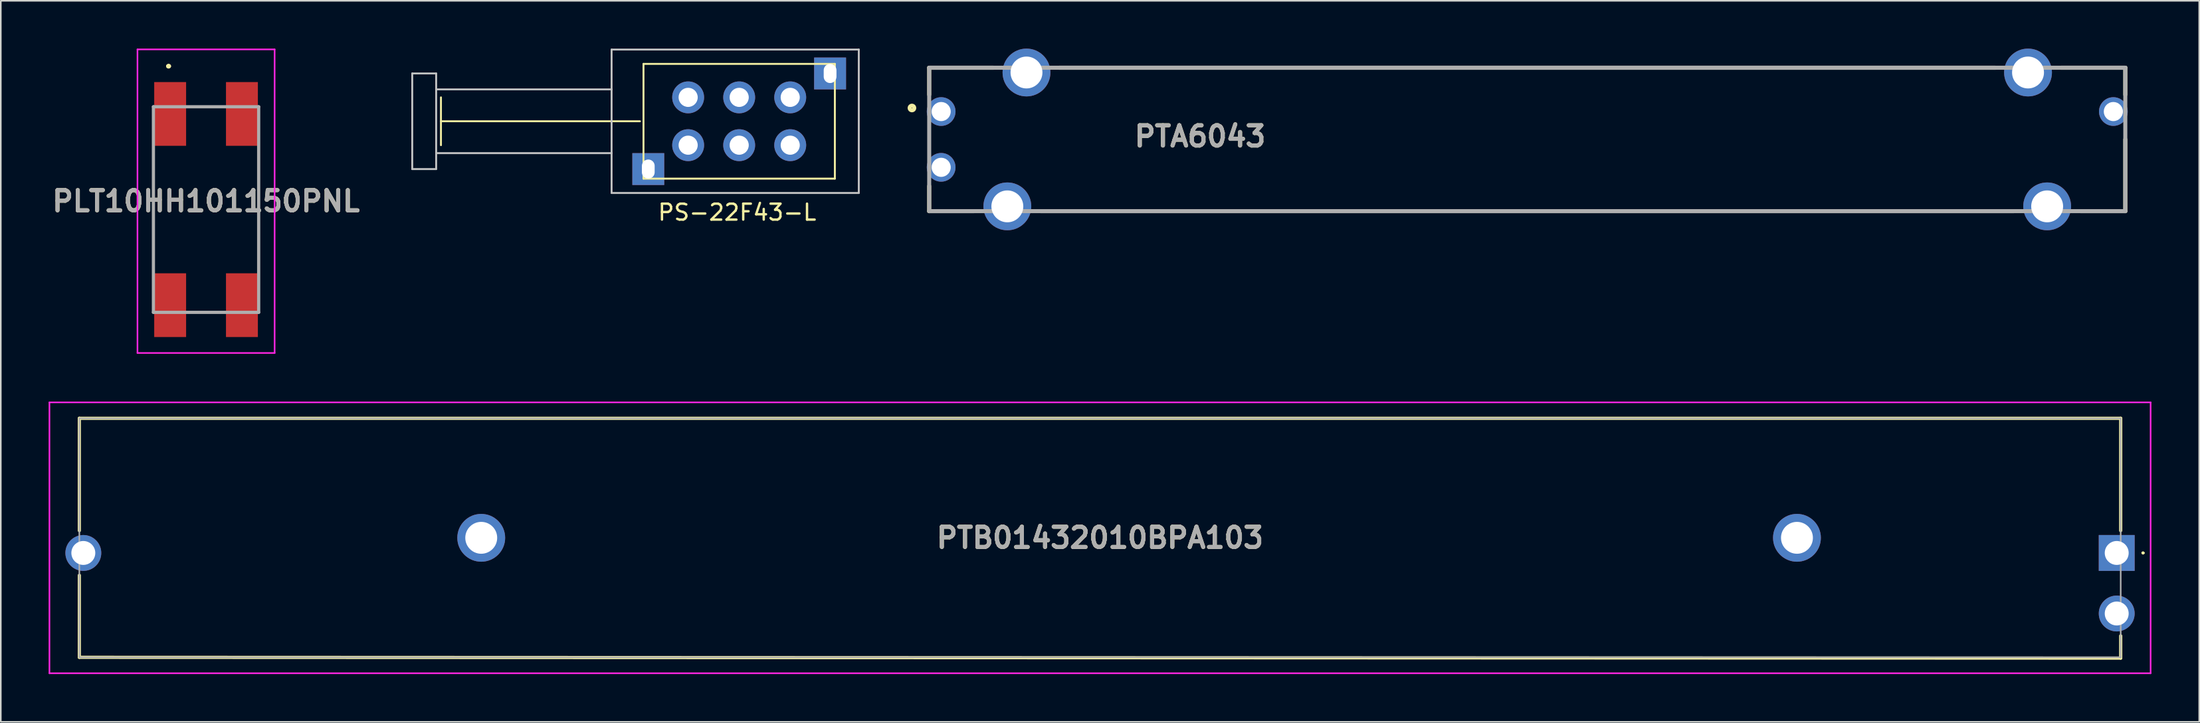
<source format=kicad_pcb>
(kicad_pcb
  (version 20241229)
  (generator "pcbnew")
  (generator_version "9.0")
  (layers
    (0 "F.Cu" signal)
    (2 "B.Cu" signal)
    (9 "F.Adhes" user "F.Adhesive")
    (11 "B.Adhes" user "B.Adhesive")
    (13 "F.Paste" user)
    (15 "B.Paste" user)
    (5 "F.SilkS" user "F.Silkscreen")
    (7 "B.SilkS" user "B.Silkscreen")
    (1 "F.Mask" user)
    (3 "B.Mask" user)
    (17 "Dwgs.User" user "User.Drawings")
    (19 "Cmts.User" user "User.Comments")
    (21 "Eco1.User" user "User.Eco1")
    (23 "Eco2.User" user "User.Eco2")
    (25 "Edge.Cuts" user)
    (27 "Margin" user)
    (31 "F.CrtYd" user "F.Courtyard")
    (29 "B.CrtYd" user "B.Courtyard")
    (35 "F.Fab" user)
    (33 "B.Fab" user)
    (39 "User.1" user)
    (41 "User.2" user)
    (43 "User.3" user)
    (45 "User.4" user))
  (footprint "PS-22F43-L"
    (layer "F.Cu")
    (at 43.299 4.56)
    (property "Reference" "PS-22F43-L" (at -0.127 5.715 0) (layer "F.SilkS") (effects (font (size 1 1) (thickness 0.15))))
    (attr through_hole)
    (fp_line (start -18.7 -1.5) (end -18.7 1.5) (stroke (width 0.12) (type solid)) (layer "F.SilkS"))
    (fp_line (start -6.223 0) (end -18.7 0) (stroke (width 0.12) (type solid)) (layer "F.SilkS"))
    (fp_line (start -6 -3.6) (end -6 3.6) (stroke (width 0.12) (type solid)) (layer "F.SilkS"))
    (fp_line (start -6 -3.6) (end 6 -3.6) (stroke (width 0.12) (type solid)) (layer "F.SilkS"))
    (fp_line (start -6 3.6) (end 6 3.6) (stroke (width 0.12) (type solid)) (layer "F.SilkS"))
    (fp_line (start 6 -3.6) (end 6 3.6) (stroke (width 0.12) (type solid)) (layer "F.SilkS"))
    (fp_line (start -20.5 -3) (end -20.5 3) (stroke (width 0.12) (type solid)) (layer "Dwgs.User"))
    (fp_line (start -20.5 3) (end -19 3) (stroke (width 0.12) (type solid)) (layer "Dwgs.User"))
    (fp_line (start -19 -3) (end -20.5 -3) (stroke (width 0.12) (type solid)) (layer "Dwgs.User"))
    (fp_line (start -19 -3) (end -19 -2) (stroke (width 0.12) (type solid)) (layer "Dwgs.User"))
    (fp_line (start -19 -2) (end -19 2) (stroke (width 0.12) (type solid)) (layer "Dwgs.User"))
    (fp_line (start -19 2) (end -8 2) (stroke (width 0.12) (type solid)) (layer "Dwgs.User"))
    (fp_line (start -19 3) (end -19 2) (stroke (width 0.12) (type solid)) (layer "Dwgs.User"))
    (fp_line (start -8 -4.5) (end -8 4.5) (stroke (width 0.12) (type solid)) (layer "Dwgs.User"))
    (fp_line (start -8 -2) (end -19 -2) (stroke (width 0.12) (type solid)) (layer "Dwgs.User"))
    (fp_line (start -8 4.5) (end 7.5 4.5) (stroke (width 0.12) (type solid)) (layer "Dwgs.User"))
    (fp_line (start 7.5 -4.5) (end -8 -4.5) (stroke (width 0.12) (type solid)) (layer "Dwgs.User"))
    (fp_line (start 7.5 4.5) (end 7.5 -4.5) (stroke (width 0.12) (type solid)) (layer "Dwgs.User"))
    (pad "1" thru_hole circle (at -3.2 1.5) (size 2 2) (drill 1.2) (layers "*.Cu" "*.Mask"))
    (pad "2" thru_hole circle (at 0 1.5) (size 2 2) (drill 1.2) (layers "*.Cu" "*.Mask"))
    (pad "3" thru_hole circle (at 3.2 1.5) (size 2 2) (drill 1.2) (layers "*.Cu" "*.Mask"))
    (pad "4" thru_hole circle (at 3.2 -1.5) (size 2 2) (drill 1.2) (layers "*.Cu" "*.Mask"))
    (pad "5" thru_hole circle (at 0 -1.5) (size 2 2) (drill 1.2) (layers "*.Cu" "*.Mask"))
    (pad "6" thru_hole circle (at -3.2 -1.5) (size 2 2) (drill 1.2) (layers "*.Cu" "*.Mask"))
    (pad "7" thru_hole rect (at -5.7 3) (size 2 2) (drill oval 0.8 1.2) (layers "*.Cu" "*.Mask"))
    (pad "7" thru_hole rect (at 5.7 -3) (size 2 2) (drill oval 0.8 1.2) (layers "*.Cu" "*.Mask")))
  (footprint "PTB01432010BPA103"
    (layer "F.Cu")
    (at 129.675 31.65)
    (property "Reference" "PTB01432010BPA103" (at -63.75 -0.95 0) (layer "F.SilkS") (effects (font (size 1.27 1.27) (thickness 0.254))))
    (attr through_hole)
    (fp_line (start -127.75 -8.45) (end -127.75 -1.4) (stroke (width 0.2) (type solid)) (layer "F.SilkS"))
    (fp_line (start -127.75 1.4) (end -127.75 6.55) (stroke (width 0.2) (type solid)) (layer "F.SilkS"))
    (fp_line (start -127.75 6.55) (end 0.25 6.6) (stroke (width 0.2) (type solid)) (layer "F.SilkS"))
    (fp_line (start 0.25 -8.45) (end -127.75 -8.45) (stroke (width 0.2) (type solid)) (layer "F.SilkS"))
    (fp_line (start 0.25 -1.4) (end 0.25 -8.45) (stroke (width 0.2) (type solid)) (layer "F.SilkS"))
    (fp_line (start 0.25 6.6) (end 0.25 5.2) (stroke (width 0.2) (type solid)) (layer "F.SilkS"))
    (fp_line (start 1.6 0) (end 1.6 0) (stroke (width 0.1) (type solid)) (layer "F.SilkS"))
    (fp_line (start 1.7 0) (end 1.7 0) (stroke (width 0.1) (type solid)) (layer "F.SilkS"))
    (fp_arc (start 1.6 0) (mid 1.65 -0.05) (end 1.7 0) (stroke (width 0.1) (type solid)) (layer "F.SilkS"))
    (fp_arc (start 1.7 0) (mid 1.65 0.05) (end 1.6 0) (stroke (width 0.1) (type solid)) (layer "F.SilkS"))
    (fp_line (start -129.625 -9.45) (end 2.125 -9.45) (stroke (width 0.1) (type solid)) (layer "F.CrtYd"))
    (fp_line (start -129.625 7.55) (end -129.625 -9.45) (stroke (width 0.1) (type solid)) (layer "F.CrtYd"))
    (fp_line (start 2.125 -9.45) (end 2.125 7.55) (stroke (width 0.1) (type solid)) (layer "F.CrtYd"))
    (fp_line (start 2.125 7.55) (end -129.625 7.55) (stroke (width 0.1) (type solid)) (layer "F.CrtYd"))
    (fp_line (start -127.75 -8.45) (end -127.75 6.55) (stroke (width 0.1) (type solid)) (layer "F.Fab"))
    (fp_line (start -127.75 6.55) (end 0.25 6.55) (stroke (width 0.1) (type solid)) (layer "F.Fab"))
    (fp_line (start 0.25 -8.45) (end -127.75 -8.45) (stroke (width 0.1) (type solid)) (layer "F.Fab"))
    (fp_line (start 0.25 6.55) (end 0.25 -8.45) (stroke (width 0.1) (type solid)) (layer "F.Fab"))
    (fp_text user "${REFERENCE}" (at -63.75 -0.95 0) (layer "F.Fab") (effects (font (size 1.27 1.27) (thickness 0.254))))
    (pad "1" thru_hole rect (at 0 0) (size 2.25 2.25) (drill 1.5) (layers "*.Cu" "*.Mask"))
    (pad "2" thru_hole circle (at 0 3.8) (size 2.25 2.25) (drill 1.5) (layers "*.Cu" "*.Mask"))
    (pad "3" thru_hole circle (at -127.5 0) (size 2.25 2.25) (drill 1.5) (layers "*.Cu" "*.Mask"))
    (pad "MH1" thru_hole circle (at -20.05 -0.95) (size 3 3) (drill 2) (layers "*.Cu" "*.Mask"))
    (pad "MH2" thru_hole circle (at -102.55 -0.95) (size 3 3) (drill 2) (layers "*.Cu" "*.Mask")))
  (footprint "PTA6043"
    (layer "F.Cu")
    (at 92.714 5.7)
    (property "Reference" "PTA6043" (at -20.516 -0.193 0) (layer "F.SilkS") (effects (font (size 1.27 1.27) (thickness 0.254))))
    (attr through_hole)
    (fp_line (start -37.5 -4.5) (end -37.5 -2.807) (stroke (width 0.254) (type solid)) (layer "F.SilkS"))
    (fp_line (start -37.5 -4.5) (end -33.467 -4.5) (stroke (width 0.254) (type solid)) (layer "F.SilkS"))
    (fp_line (start -37.5 4.5) (end -37.5 2.925) (stroke (width 0.254) (type solid)) (layer "F.SilkS"))
    (fp_line (start -37.5 4.5) (end -34.701 4.5) (stroke (width 0.254) (type solid)) (layer "F.SilkS"))
    (fp_line (start -30.5 4.5) (end 30.5 4.5) (stroke (width 0.254) (type solid)) (layer "F.SilkS"))
    (fp_line (start -29.35 -4.5) (end 29.35 -4.5) (stroke (width 0.254) (type solid)) (layer "F.SilkS"))
    (fp_line (start 37.5 -4.5) (end 33.467 -4.5) (stroke (width 0.254) (type solid)) (layer "F.SilkS"))
    (fp_line (start 37.5 -4.5) (end 37.5 -2.807) (stroke (width 0.254) (type solid)) (layer "F.SilkS"))
    (fp_line (start 37.5 4.5) (end 34.701 4.5) (stroke (width 0.254) (type solid)) (layer "F.SilkS"))
    (fp_line (start 37.5 4.5) (end 37.5 0) (stroke (width 0.254) (type solid)) (layer "F.SilkS"))
    (fp_circle (center -38.582 -1.973) (end -38.582 -1.827) (stroke (width 0.254) (type solid)) (fill no) (layer "F.SilkS"))
    (fp_line (start -37.5 -4.5) (end 37.5 -4.5) (stroke (width 0.254) (type solid)) (layer "F.Fab"))
    (fp_line (start -37.5 4.5) (end -37.5 -4.5) (stroke (width 0.254) (type solid)) (layer "F.Fab"))
    (fp_line (start 37.5 -4.5) (end 37.5 4.5) (stroke (width 0.254) (type solid)) (layer "F.Fab"))
    (fp_line (start 37.5 4.5) (end -37.5 4.5) (stroke (width 0.254) (type solid)) (layer "F.Fab"))
    (fp_text user "${REFERENCE}" (at -20.516 -0.193 0) (layer "F.Fab") (effects (font (size 1.27 1.27) (thickness 0.254))))
    (pad "1" thru_hole circle (at -36.75 -1.75) (size 1.8 1.8) (drill 1.2) (layers "*.Cu" "*.Mask"))
    (pad "2" thru_hole circle (at -36.75 1.75) (size 1.8 1.8) (drill 1.2) (layers "*.Cu" "*.Mask"))
    (pad "3" thru_hole circle (at 36.75 -1.75) (size 1.8 1.8) (drill 1.2) (layers "*.Cu" "*.Mask"))
    (pad "4" thru_hole circle (at 31.4 -4.2) (size 3 3) (drill 2) (layers "*.Cu" "*.Mask"))
    (pad "5" thru_hole circle (at -31.4 -4.2) (size 3 3) (drill 2) (layers "*.Cu" "*.Mask"))
    (pad "6" thru_hole circle (at -32.6 4.2) (size 3 3) (drill 2) (layers "*.Cu" "*.Mask"))
    (pad "7" thru_hole circle (at 32.6 4.2) (size 3 3) (drill 2) (layers "*.Cu" "*.Mask")))
  (footprint "PLT10HH101150PNL"
    (layer "F.Cu")
    (at 9.87 10.1)
    (property "Reference" "PLT10HH101150PNL" (at 0 -0.525 0) (layer "F.SilkS") (effects (font (size 1.27 1.27) (thickness 0.254))))
    (attr smd)
    (fp_line (start -3.3 -3.25) (end -3.3 -3.25) (stroke (width 0.1) (type solid)) (layer "F.SilkS"))
    (fp_line (start -3.3 -3.25) (end -3.3 3.25) (stroke (width 0.1) (type solid)) (layer "F.SilkS"))
    (fp_line (start -3.3 3.25) (end -3.3 -3.25) (stroke (width 0.1) (type solid)) (layer "F.SilkS"))
    (fp_line (start -3.3 3.25) (end -3.3 3.25) (stroke (width 0.1) (type solid)) (layer "F.SilkS"))
    (fp_line (start -2.4 -9) (end -2.4 -9) (stroke (width 0.2) (type solid)) (layer "F.SilkS"))
    (fp_line (start -2.4 -9) (end -2.4 -9) (stroke (width 0.2) (type solid)) (layer "F.SilkS"))
    (fp_line (start -2.3 -9) (end -2.3 -9) (stroke (width 0.2) (type solid)) (layer "F.SilkS"))
    (fp_line (start 3.3 -3.25) (end 3.3 -3.25) (stroke (width 0.1) (type solid)) (layer "F.SilkS"))
    (fp_line (start 3.3 -3.25) (end 3.3 3.25) (stroke (width 0.1) (type solid)) (layer "F.SilkS"))
    (fp_line (start 3.3 3.25) (end 3.3 -3.25) (stroke (width 0.1) (type solid)) (layer "F.SilkS"))
    (fp_line (start 3.3 3.25) (end 3.3 3.25) (stroke (width 0.1) (type solid)) (layer "F.SilkS"))
    (fp_arc (start -2.4 -9) (mid -2.35 -9.05) (end -2.3 -9) (stroke (width 0.2) (type solid)) (layer "F.SilkS"))
    (fp_arc (start -2.3 -9) (mid -2.35 -8.95) (end -2.4 -9) (stroke (width 0.2) (type solid)) (layer "F.SilkS"))
    (fp_arc (start -2.3 -9) (mid -2.35 -8.95) (end -2.4 -9) (stroke (width 0.2) (type solid)) (layer "F.SilkS"))
    (fp_line (start -4.3 -10.05) (end 4.3 -10.05) (stroke (width 0.1) (type solid)) (layer "F.CrtYd"))
    (fp_line (start -4.3 9) (end -4.3 -10.05) (stroke (width 0.1) (type solid)) (layer "F.CrtYd"))
    (fp_line (start 4.3 -10.05) (end 4.3 9) (stroke (width 0.1) (type solid)) (layer "F.CrtYd"))
    (fp_line (start 4.3 9) (end -4.3 9) (stroke (width 0.1) (type solid)) (layer "F.CrtYd"))
    (fp_line (start -3.3 -6.45) (end 3.3 -6.45) (stroke (width 0.2) (type solid)) (layer "F.Fab"))
    (fp_line (start -3.3 6.45) (end -3.3 -6.45) (stroke (width 0.2) (type solid)) (layer "F.Fab"))
    (fp_line (start 3.3 -6.45) (end 3.3 6.45) (stroke (width 0.2) (type solid)) (layer "F.Fab"))
    (fp_line (start 3.3 6.45) (end -3.3 6.45) (stroke (width 0.2) (type solid)) (layer "F.Fab"))
    (fp_text user "${REFERENCE}" (at 0 -0.525 0) (layer "F.Fab") (effects (font (size 1.27 1.27) (thickness 0.254))))
    (pad "1" smd rect (at -2.25 -6) (size 2 4) (layers "F.Cu" "F.Mask" "F.Paste"))
    (pad "2" smd rect (at 2.25 -6) (size 2 4) (layers "F.Cu" "F.Mask" "F.Paste"))
    (pad "3" smd rect (at 2.25 6) (size 2 4) (layers "F.Cu" "F.Mask" "F.Paste"))
    (pad "4" smd rect (at -2.25 6) (size 2 4) (layers "F.Cu" "F.Mask" "F.Paste")))
  (gr_rect
    (start -3 -3)
    (end 134.85 42.25)
    (stroke (width 0.1) (type default))
    (fill no)
    (layer "Edge.Cuts")))
</source>
